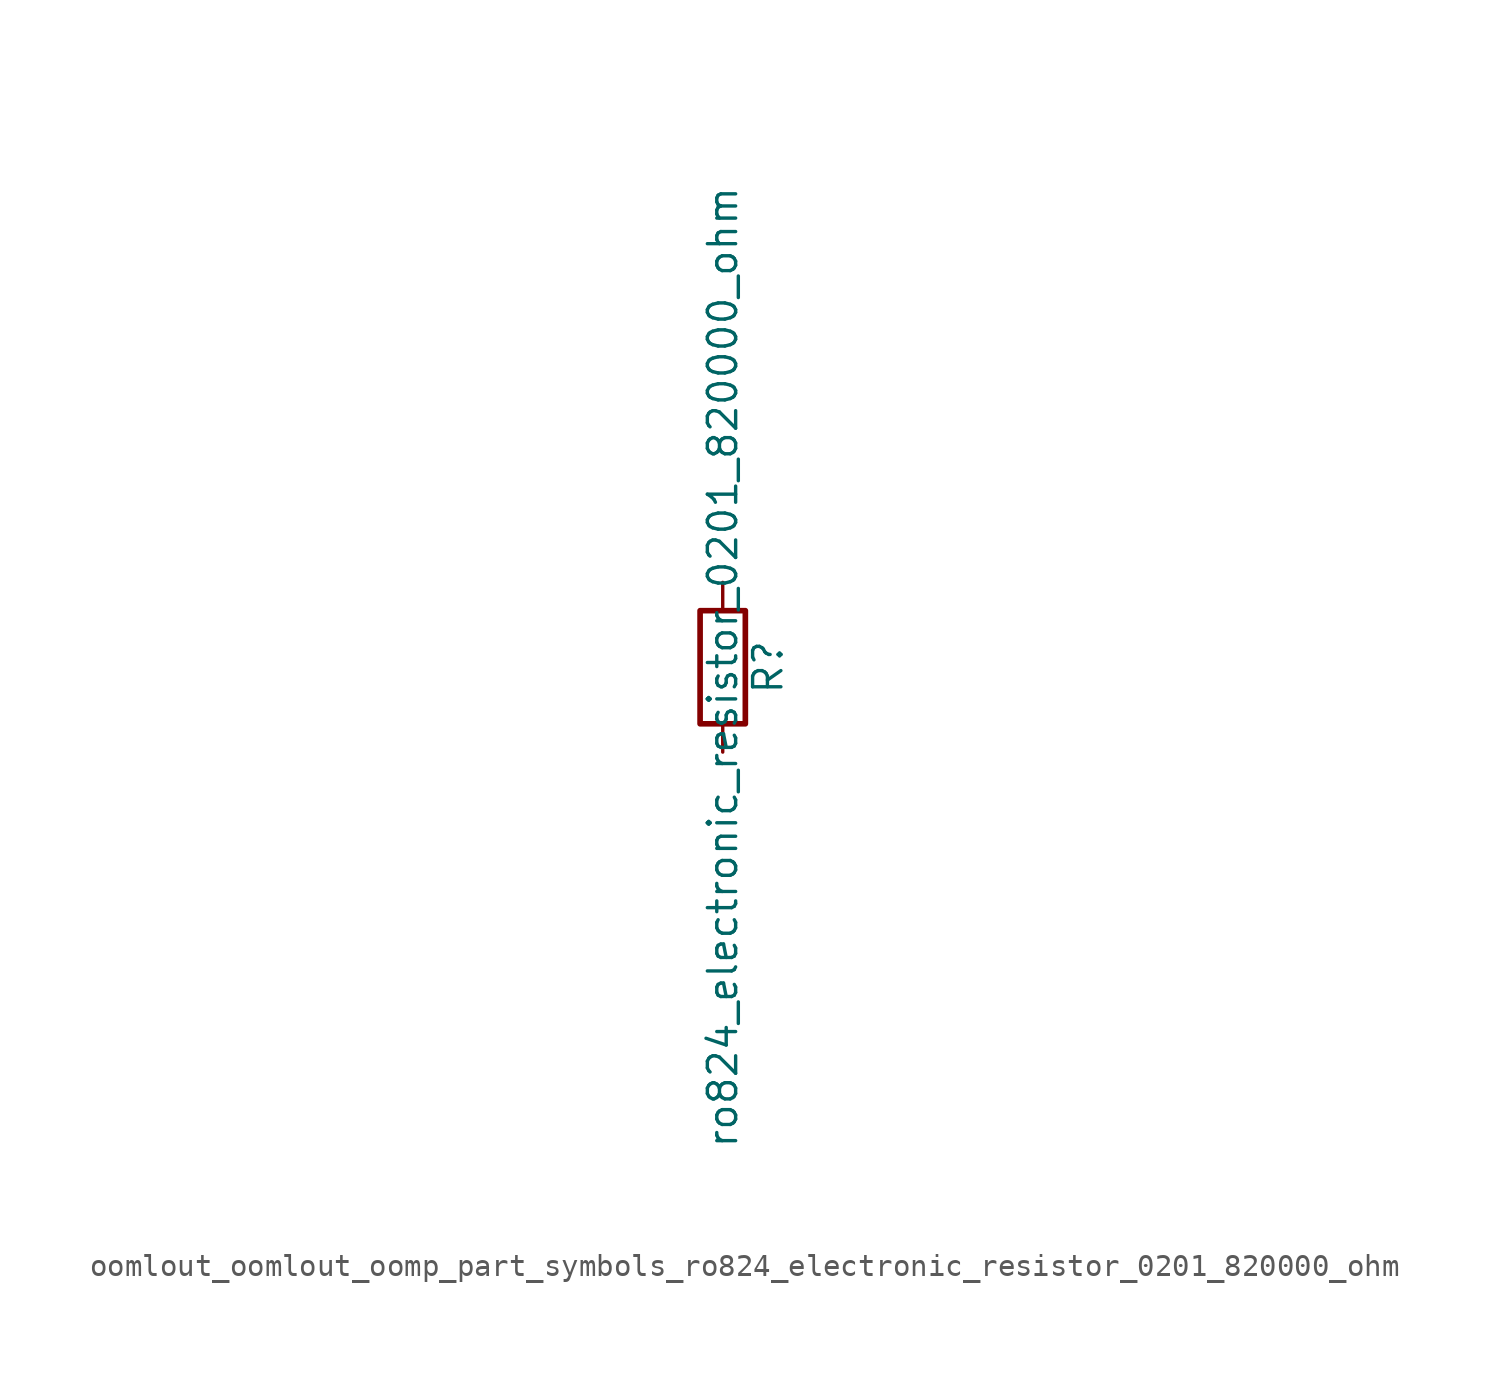
<source format=kicad_sym>
(kicad_symbol_lib
  (version 20220914)
  (generator kicad_symbol_editor)
  (symbol "oomlout_oomlout_oomp_part_symbols_ro824_electronic_resistor_0201_820000_ohm"
    (pin_numbers hide)
    (pin_names
      (offset 0))
    (property "Reference" "R"
      (at 2.032 0 90)
      (effects (font (size 1.27 1.27))))
    (property "Value" "ro824_electronic_resistor_0201_820000_ohm"
      (at 0 0 90)
      (effects (font (size 1.27 1.27))))
    (symbol "oomlout_oomlout_oomp_part_symbols_ro824_electronic_resistor_0201_820000_ohm_0_1"
      (rectangle (start -1.016 -2.54) (end 1.016 2.54) (stroke (width 0.254) (type default)) (fill (type none))))
    (symbol "oomlout_oomlout_oomp_part_symbols_ro824_electronic_resistor_0201_820000_ohm_1_1"
      (pin passive line (at 0 3.81 270) (length 1.27) (name "~" (effects (font (size 1.27 1.27)))) (number "1" (effects (font (size 1.27 1.27)))))
      (pin passive line (at 0 -3.81 90) (length 1.27) (name "~" (effects (font (size 1.27 1.27)))) (number "2" (effects (font (size 1.27 1.27))))))))
</source>
